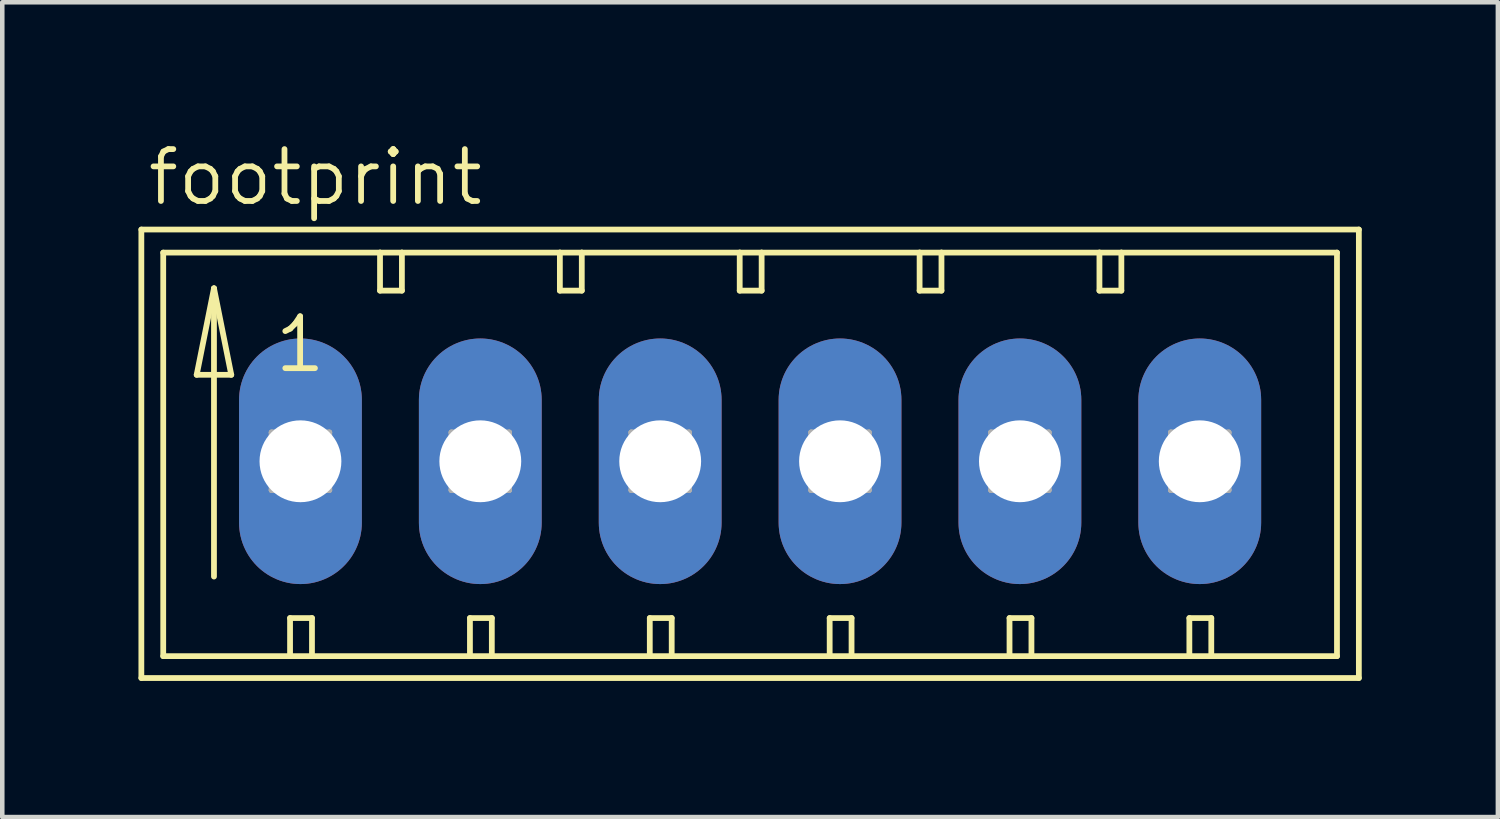
<source format=kicad_pcb>
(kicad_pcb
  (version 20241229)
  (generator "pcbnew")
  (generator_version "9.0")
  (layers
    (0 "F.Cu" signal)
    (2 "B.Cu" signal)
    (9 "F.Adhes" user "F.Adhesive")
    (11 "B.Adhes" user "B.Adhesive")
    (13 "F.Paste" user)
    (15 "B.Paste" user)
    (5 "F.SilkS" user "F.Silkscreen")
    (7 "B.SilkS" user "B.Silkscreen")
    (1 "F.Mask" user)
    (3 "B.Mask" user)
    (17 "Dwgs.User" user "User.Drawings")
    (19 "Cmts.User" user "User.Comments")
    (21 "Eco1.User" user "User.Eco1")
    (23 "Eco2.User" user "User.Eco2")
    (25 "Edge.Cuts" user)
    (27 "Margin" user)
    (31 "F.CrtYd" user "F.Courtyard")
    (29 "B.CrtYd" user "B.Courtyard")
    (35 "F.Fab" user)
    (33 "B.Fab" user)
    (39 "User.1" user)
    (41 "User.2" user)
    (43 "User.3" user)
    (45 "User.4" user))
  (footprint "footprint"
    (layer "F.Cu")
    (at 1.029 7.112)
    (property "Reference" "footprint" (at -0.889 -5.588 0) (layer "F.SilkS") (effects (font (size 1.143 1.143) (thickness 0.127)) (justify left bottom)))
    (fp_line (start -0.965 -5.105) (end -0.965 4.775) (stroke (width 0.127) (type solid)) (layer "F.SilkS"))
    (fp_line (start -0.965 4.775) (end 25.857 4.775) (stroke (width 0.127) (type solid)) (layer "F.SilkS"))
    (fp_line (start -0.483 -4.597) (end -0.483 4.293) (stroke (width 0.127) (type solid)) (layer "F.SilkS"))
    (fp_line (start -0.483 4.293) (end 2.311 4.293) (stroke (width 0.127) (type solid)) (layer "F.SilkS"))
    (fp_line (start 0.254 -1.905) (end 1.016 -1.905) (stroke (width 0.127) (type solid)) (layer "F.SilkS"))
    (fp_line (start 0.635 -3.81) (end 0.254 -1.905) (stroke (width 0.127) (type solid)) (layer "F.SilkS"))
    (fp_line (start 0.635 -3.81) (end 1.016 -1.905) (stroke (width 0.127) (type solid)) (layer "F.SilkS"))
    (fp_line (start 0.635 2.54) (end 0.635 -3.81) (stroke (width 0.127) (type solid)) (layer "F.SilkS"))
    (fp_line (start 2.311 3.454) (end 2.311 4.293) (stroke (width 0.127) (type solid)) (layer "F.SilkS"))
    (fp_line (start 2.311 3.454) (end 2.794 3.454) (stroke (width 0.127) (type solid)) (layer "F.SilkS"))
    (fp_line (start 2.311 4.293) (end 2.794 4.293) (stroke (width 0.127) (type solid)) (layer "F.SilkS"))
    (fp_line (start 2.794 3.454) (end 2.794 4.293) (stroke (width 0.127) (type solid)) (layer "F.SilkS"))
    (fp_line (start 2.794 4.293) (end 6.274 4.293) (stroke (width 0.127) (type solid)) (layer "F.SilkS"))
    (fp_line (start 4.293 -4.597) (end -0.483 -4.597) (stroke (width 0.127) (type solid)) (layer "F.SilkS"))
    (fp_line (start 4.293 -4.597) (end 4.293 -3.759) (stroke (width 0.127) (type solid)) (layer "F.SilkS"))
    (fp_line (start 4.293 -3.759) (end 4.775 -3.759) (stroke (width 0.127) (type solid)) (layer "F.SilkS"))
    (fp_line (start 4.775 -4.597) (end 4.293 -4.597) (stroke (width 0.127) (type solid)) (layer "F.SilkS"))
    (fp_line (start 4.775 -3.759) (end 4.775 -4.597) (stroke (width 0.127) (type solid)) (layer "F.SilkS"))
    (fp_line (start 6.274 3.454) (end 6.274 4.293) (stroke (width 0.127) (type solid)) (layer "F.SilkS"))
    (fp_line (start 6.274 3.454) (end 6.756 3.454) (stroke (width 0.127) (type solid)) (layer "F.SilkS"))
    (fp_line (start 6.274 4.293) (end 6.756 4.293) (stroke (width 0.127) (type solid)) (layer "F.SilkS"))
    (fp_line (start 6.756 3.454) (end 6.756 4.293) (stroke (width 0.127) (type solid)) (layer "F.SilkS"))
    (fp_line (start 6.756 4.293) (end 10.236 4.293) (stroke (width 0.127) (type solid)) (layer "F.SilkS"))
    (fp_line (start 8.255 -4.597) (end 4.775 -4.597) (stroke (width 0.127) (type solid)) (layer "F.SilkS"))
    (fp_line (start 8.255 -3.759) (end 8.255 -4.597) (stroke (width 0.127) (type solid)) (layer "F.SilkS"))
    (fp_line (start 8.255 -3.759) (end 8.738 -3.759) (stroke (width 0.127) (type solid)) (layer "F.SilkS"))
    (fp_line (start 8.738 -4.597) (end 8.255 -4.597) (stroke (width 0.127) (type solid)) (layer "F.SilkS"))
    (fp_line (start 8.738 -3.759) (end 8.738 -4.597) (stroke (width 0.127) (type solid)) (layer "F.SilkS"))
    (fp_line (start 10.236 3.454) (end 10.236 4.293) (stroke (width 0.127) (type solid)) (layer "F.SilkS"))
    (fp_line (start 10.236 3.454) (end 10.719 3.454) (stroke (width 0.127) (type solid)) (layer "F.SilkS"))
    (fp_line (start 10.236 4.293) (end 10.719 4.293) (stroke (width 0.127) (type solid)) (layer "F.SilkS"))
    (fp_line (start 10.719 3.454) (end 10.719 4.293) (stroke (width 0.127) (type solid)) (layer "F.SilkS"))
    (fp_line (start 10.719 4.293) (end 14.199 4.293) (stroke (width 0.127) (type solid)) (layer "F.SilkS"))
    (fp_line (start 12.217 -4.597) (end 8.738 -4.597) (stroke (width 0.127) (type solid)) (layer "F.SilkS"))
    (fp_line (start 12.217 -3.759) (end 12.217 -4.597) (stroke (width 0.127) (type solid)) (layer "F.SilkS"))
    (fp_line (start 12.217 -3.759) (end 12.7 -3.759) (stroke (width 0.127) (type solid)) (layer "F.SilkS"))
    (fp_line (start 12.7 -4.597) (end 12.217 -4.597) (stroke (width 0.127) (type solid)) (layer "F.SilkS"))
    (fp_line (start 12.7 -3.759) (end 12.7 -4.597) (stroke (width 0.127) (type solid)) (layer "F.SilkS"))
    (fp_line (start 14.199 3.454) (end 14.199 4.293) (stroke (width 0.127) (type solid)) (layer "F.SilkS"))
    (fp_line (start 14.199 3.454) (end 14.681 3.454) (stroke (width 0.127) (type solid)) (layer "F.SilkS"))
    (fp_line (start 14.199 4.293) (end 14.681 4.293) (stroke (width 0.127) (type solid)) (layer "F.SilkS"))
    (fp_line (start 14.681 3.454) (end 14.681 4.293) (stroke (width 0.127) (type solid)) (layer "F.SilkS"))
    (fp_line (start 14.681 4.293) (end 18.161 4.293) (stroke (width 0.127) (type solid)) (layer "F.SilkS"))
    (fp_line (start 16.18 -4.597) (end 12.7 -4.597) (stroke (width 0.127) (type solid)) (layer "F.SilkS"))
    (fp_line (start 16.18 -3.759) (end 16.18 -4.597) (stroke (width 0.127) (type solid)) (layer "F.SilkS"))
    (fp_line (start 16.18 -3.759) (end 16.662 -3.759) (stroke (width 0.127) (type solid)) (layer "F.SilkS"))
    (fp_line (start 16.662 -4.597) (end 16.18 -4.597) (stroke (width 0.127) (type solid)) (layer "F.SilkS"))
    (fp_line (start 16.662 -3.759) (end 16.662 -4.597) (stroke (width 0.127) (type solid)) (layer "F.SilkS"))
    (fp_line (start 18.161 3.454) (end 18.161 4.293) (stroke (width 0.127) (type solid)) (layer "F.SilkS"))
    (fp_line (start 18.161 3.454) (end 18.644 3.454) (stroke (width 0.127) (type solid)) (layer "F.SilkS"))
    (fp_line (start 18.161 4.293) (end 18.644 4.293) (stroke (width 0.127) (type solid)) (layer "F.SilkS"))
    (fp_line (start 18.644 3.454) (end 18.644 4.293) (stroke (width 0.127) (type solid)) (layer "F.SilkS"))
    (fp_line (start 18.644 4.293) (end 22.123 4.293) (stroke (width 0.127) (type solid)) (layer "F.SilkS"))
    (fp_line (start 20.142 -4.597) (end 16.662 -4.597) (stroke (width 0.127) (type solid)) (layer "F.SilkS"))
    (fp_line (start 20.142 -3.759) (end 20.142 -4.597) (stroke (width 0.127) (type solid)) (layer "F.SilkS"))
    (fp_line (start 20.142 -3.759) (end 20.625 -3.759) (stroke (width 0.127) (type solid)) (layer "F.SilkS"))
    (fp_line (start 20.625 -4.597) (end 20.142 -4.597) (stroke (width 0.127) (type solid)) (layer "F.SilkS"))
    (fp_line (start 20.625 -3.759) (end 20.625 -4.597) (stroke (width 0.127) (type solid)) (layer "F.SilkS"))
    (fp_line (start 22.123 3.454) (end 22.123 4.293) (stroke (width 0.127) (type solid)) (layer "F.SilkS"))
    (fp_line (start 22.123 3.454) (end 22.606 3.454) (stroke (width 0.127) (type solid)) (layer "F.SilkS"))
    (fp_line (start 22.123 4.293) (end 22.606 4.293) (stroke (width 0.127) (type solid)) (layer "F.SilkS"))
    (fp_line (start 22.606 3.454) (end 22.606 4.293) (stroke (width 0.127) (type solid)) (layer "F.SilkS"))
    (fp_line (start 22.606 4.293) (end 25.375 4.293) (stroke (width 0.127) (type solid)) (layer "F.SilkS"))
    (fp_line (start 25.375 -4.597) (end 20.625 -4.597) (stroke (width 0.127) (type solid)) (layer "F.SilkS"))
    (fp_line (start 25.375 4.293) (end 25.375 -4.597) (stroke (width 0.127) (type solid)) (layer "F.SilkS"))
    (fp_line (start 25.857 -5.105) (end -0.965 -5.105) (stroke (width 0.127) (type solid)) (layer "F.SilkS"))
    (fp_line (start 25.857 4.775) (end 25.857 -5.105) (stroke (width 0.127) (type solid)) (layer "F.SilkS"))
    (fp_line (start 1.905 -0.635) (end 1.905 0.635) (stroke (width 0.127) (type solid)) (layer "F.Fab"))
    (fp_line (start 1.905 -0.635) (end 3.175 0.635) (stroke (width 0.127) (type solid)) (layer "F.Fab"))
    (fp_line (start 1.905 0.635) (end 3.175 0.635) (stroke (width 0.127) (type solid)) (layer "F.Fab"))
    (fp_line (start 3.175 -0.635) (end 1.905 -0.635) (stroke (width 0.127) (type solid)) (layer "F.Fab"))
    (fp_line (start 3.175 -0.635) (end 1.905 0.635) (stroke (width 0.127) (type solid)) (layer "F.Fab"))
    (fp_line (start 3.175 0.635) (end 3.175 -0.635) (stroke (width 0.127) (type solid)) (layer "F.Fab"))
    (fp_line (start 5.867 -0.635) (end 5.867 0.635) (stroke (width 0.127) (type solid)) (layer "F.Fab"))
    (fp_line (start 5.867 -0.635) (end 7.137 0.635) (stroke (width 0.127) (type solid)) (layer "F.Fab"))
    (fp_line (start 5.867 0.635) (end 7.137 0.635) (stroke (width 0.127) (type solid)) (layer "F.Fab"))
    (fp_line (start 7.137 -0.635) (end 5.867 -0.635) (stroke (width 0.127) (type solid)) (layer "F.Fab"))
    (fp_line (start 7.137 -0.635) (end 5.867 0.635) (stroke (width 0.127) (type solid)) (layer "F.Fab"))
    (fp_line (start 7.137 0.635) (end 7.137 -0.635) (stroke (width 0.127) (type solid)) (layer "F.Fab"))
    (fp_line (start 9.83 -0.635) (end 9.83 0.635) (stroke (width 0.127) (type solid)) (layer "F.Fab"))
    (fp_line (start 9.83 -0.635) (end 11.1 0.635) (stroke (width 0.127) (type solid)) (layer "F.Fab"))
    (fp_line (start 9.83 0.635) (end 11.1 0.635) (stroke (width 0.127) (type solid)) (layer "F.Fab"))
    (fp_line (start 11.1 -0.635) (end 9.83 -0.635) (stroke (width 0.127) (type solid)) (layer "F.Fab"))
    (fp_line (start 11.1 -0.635) (end 9.83 0.635) (stroke (width 0.127) (type solid)) (layer "F.Fab"))
    (fp_line (start 11.1 0.635) (end 11.1 -0.635) (stroke (width 0.127) (type solid)) (layer "F.Fab"))
    (fp_line (start 13.792 -0.635) (end 13.792 0.635) (stroke (width 0.127) (type solid)) (layer "F.Fab"))
    (fp_line (start 13.792 -0.635) (end 15.062 0.635) (stroke (width 0.127) (type solid)) (layer "F.Fab"))
    (fp_line (start 13.792 0.635) (end 15.062 0.635) (stroke (width 0.127) (type solid)) (layer "F.Fab"))
    (fp_line (start 15.062 -0.635) (end 13.792 -0.635) (stroke (width 0.127) (type solid)) (layer "F.Fab"))
    (fp_line (start 15.062 -0.635) (end 13.792 0.635) (stroke (width 0.127) (type solid)) (layer "F.Fab"))
    (fp_line (start 15.062 0.635) (end 15.062 -0.635) (stroke (width 0.127) (type solid)) (layer "F.Fab"))
    (fp_line (start 17.755 -0.635) (end 17.755 0.635) (stroke (width 0.127) (type solid)) (layer "F.Fab"))
    (fp_line (start 17.755 -0.635) (end 19.025 0.635) (stroke (width 0.127) (type solid)) (layer "F.Fab"))
    (fp_line (start 17.755 0.635) (end 19.025 0.635) (stroke (width 0.127) (type solid)) (layer "F.Fab"))
    (fp_line (start 19.025 -0.635) (end 17.755 -0.635) (stroke (width 0.127) (type solid)) (layer "F.Fab"))
    (fp_line (start 19.025 -0.635) (end 17.755 0.635) (stroke (width 0.127) (type solid)) (layer "F.Fab"))
    (fp_line (start 19.025 0.635) (end 19.025 -0.635) (stroke (width 0.127) (type solid)) (layer "F.Fab"))
    (fp_line (start 21.717 -0.635) (end 21.717 0.635) (stroke (width 0.127) (type solid)) (layer "F.Fab"))
    (fp_line (start 21.717 -0.635) (end 22.987 0.635) (stroke (width 0.127) (type solid)) (layer "F.Fab"))
    (fp_line (start 21.717 0.635) (end 22.987 0.635) (stroke (width 0.127) (type solid)) (layer "F.Fab"))
    (fp_line (start 22.987 -0.635) (end 21.717 -0.635) (stroke (width 0.127) (type solid)) (layer "F.Fab"))
    (fp_line (start 22.987 -0.635) (end 21.717 0.635) (stroke (width 0.127) (type solid)) (layer "F.Fab"))
    (fp_line (start 22.987 0.635) (end 22.987 -0.635) (stroke (width 0.127) (type solid)) (layer "F.Fab"))
    (fp_text user "1" (at 1.905 -1.905 0) (layer "F.SilkS") (effects (font (size 1.143 1.143) (thickness 0.127)) (justify left bottom)))
    (pad "1" thru_hole oval (at 2.54 0 90) (size 5.41 2.705) (drill 1.803) (layers "*.Cu" "*.Mask"))
    (pad "2" thru_hole oval (at 6.502 0 90) (size 5.41 2.705) (drill 1.803) (layers "*.Cu" "*.Mask"))
    (pad "3" thru_hole oval (at 10.465 0 90) (size 5.41 2.705) (drill 1.803) (layers "*.Cu" "*.Mask"))
    (pad "4" thru_hole oval (at 14.427 0 90) (size 5.41 2.705) (drill 1.803) (layers "*.Cu" "*.Mask"))
    (pad "5" thru_hole oval (at 18.39 0 90) (size 5.41 2.705) (drill 1.803) (layers "*.Cu" "*.Mask"))
    (pad "6" thru_hole oval (at 22.352 0 90) (size 5.41 2.705) (drill 1.803) (layers "*.Cu" "*.Mask")))
  (gr_rect
    (start -3 -3)
    (end 29.949 14.951)
    (stroke (width 0.1) (type default))
    (fill no)
    (layer "Edge.Cuts")))
</source>
